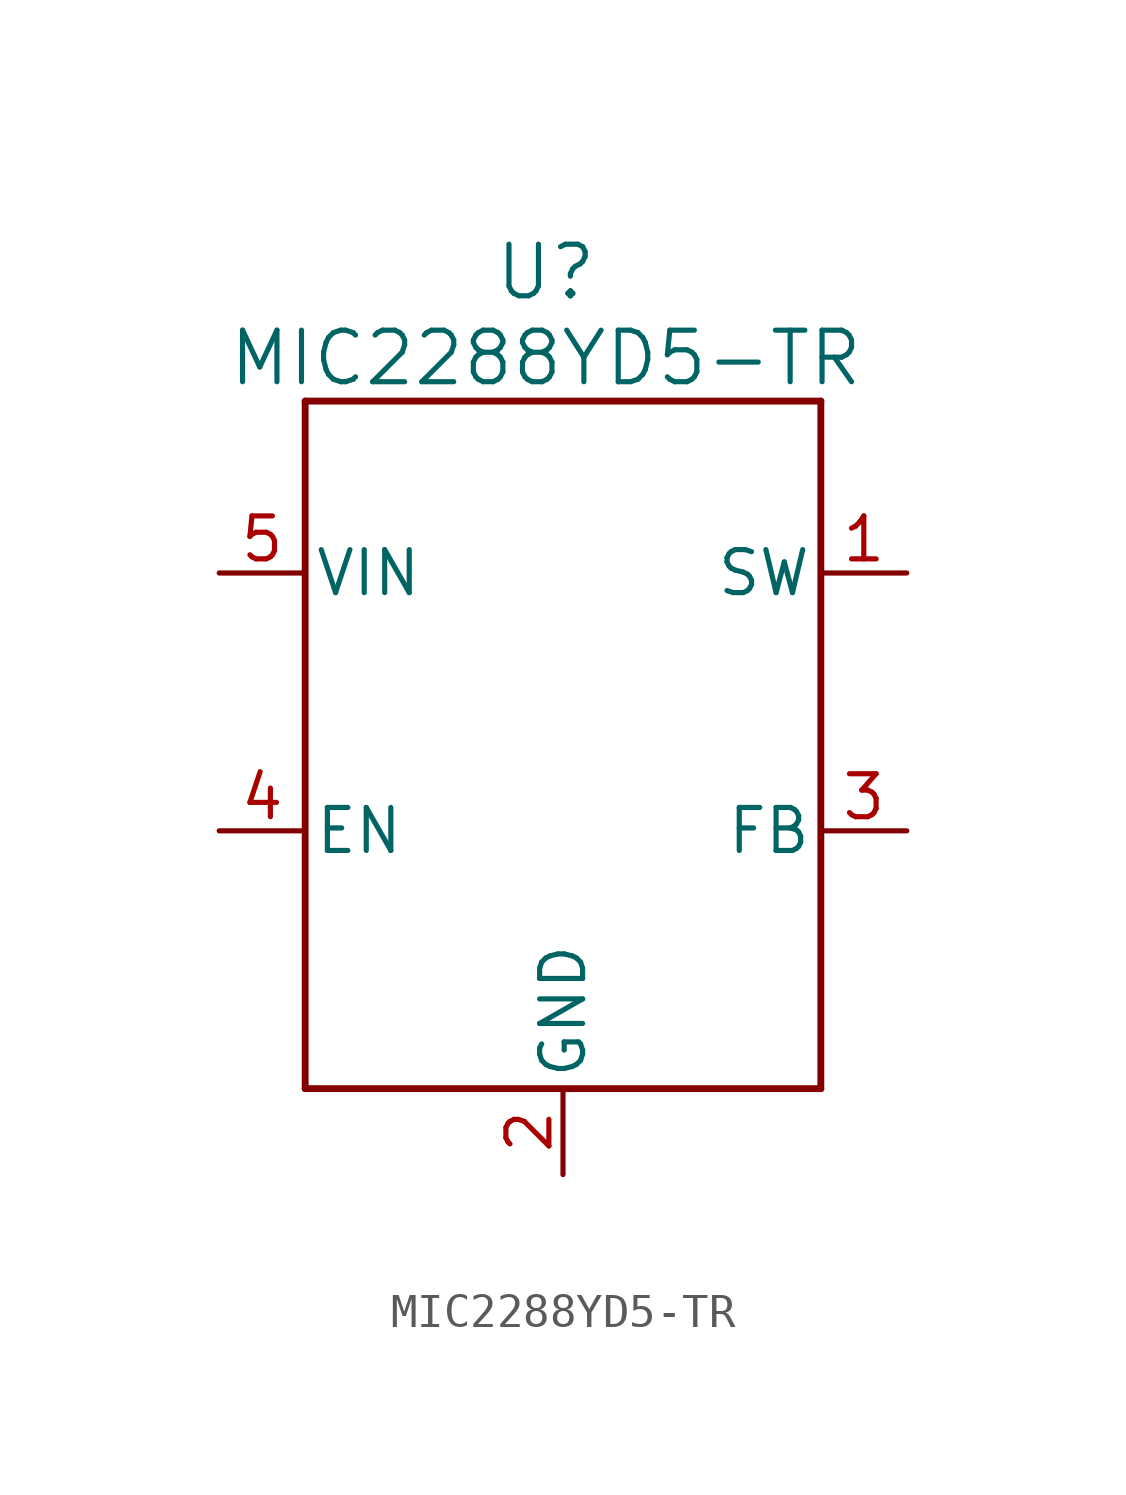
<source format=kicad_sym>
(kicad_symbol_lib
  (version 20231120)
  (generator "kicad_symbol_editor")
  (generator_version "8.0")
  (symbol "MIC2288YD5-TR"
    (pin_names
      (offset 0.254))
    (property "Reference" "U"
      (at 14.732 8.89 0)
      (effects (font (size 1.524 1.524))))
    (property "Value" "MIC2288YD5-TR"
      (at 14.732 6.35 0)
      (effects (font (size 1.524 1.524))))
    (property "ki_locked" ""
      (at 0 0 0)
      (effects (font (size 1.27 1.27))))
    (symbol "MIC2288YD5-TR_0_1"
      (polyline (pts (xy 7.62 -15.24) (xy 22.86 -15.24)) (stroke (width 0.203) (type default)) (fill (type none)))
      (polyline (pts (xy 7.62 5.08) (xy 7.62 -15.24)) (stroke (width 0.203) (type default)) (fill (type none)))
      (polyline (pts (xy 22.86 -15.24) (xy 22.86 5.08)) (stroke (width 0.203) (type default)) (fill (type none)))
      (polyline (pts (xy 22.86 5.08) (xy 7.62 5.08)) (stroke (width 0.203) (type default)) (fill (type none))))
    (symbol "MIC2288YD5-TR_1_1"
      (pin input line (at 25.4 0 180) (length 2.54) (name "SW" (effects (font (size 1.27 1.27)))) (number "1" (effects (font (size 1.27 1.27)))))
      (pin power_in line (at 15.24 -17.78 90) (length 2.54) (name "GND" (effects (font (size 1.27 1.27)))) (number "2" (effects (font (size 1.27 1.27)))))
      (pin input line (at 25.4 -7.62 180) (length 2.54) (name "FB" (effects (font (size 1.27 1.27)))) (number "3" (effects (font (size 1.27 1.27)))))
      (pin input line (at 5.08 -7.62 0) (length 2.54) (name "EN" (effects (font (size 1.27 1.27)))) (number "4" (effects (font (size 1.27 1.27)))))
      (pin power_in line (at 5.08 0 0) (length 2.54) (name "VIN" (effects (font (size 1.27 1.27)))) (number "5" (effects (font (size 1.27 1.27))))))))
</source>
